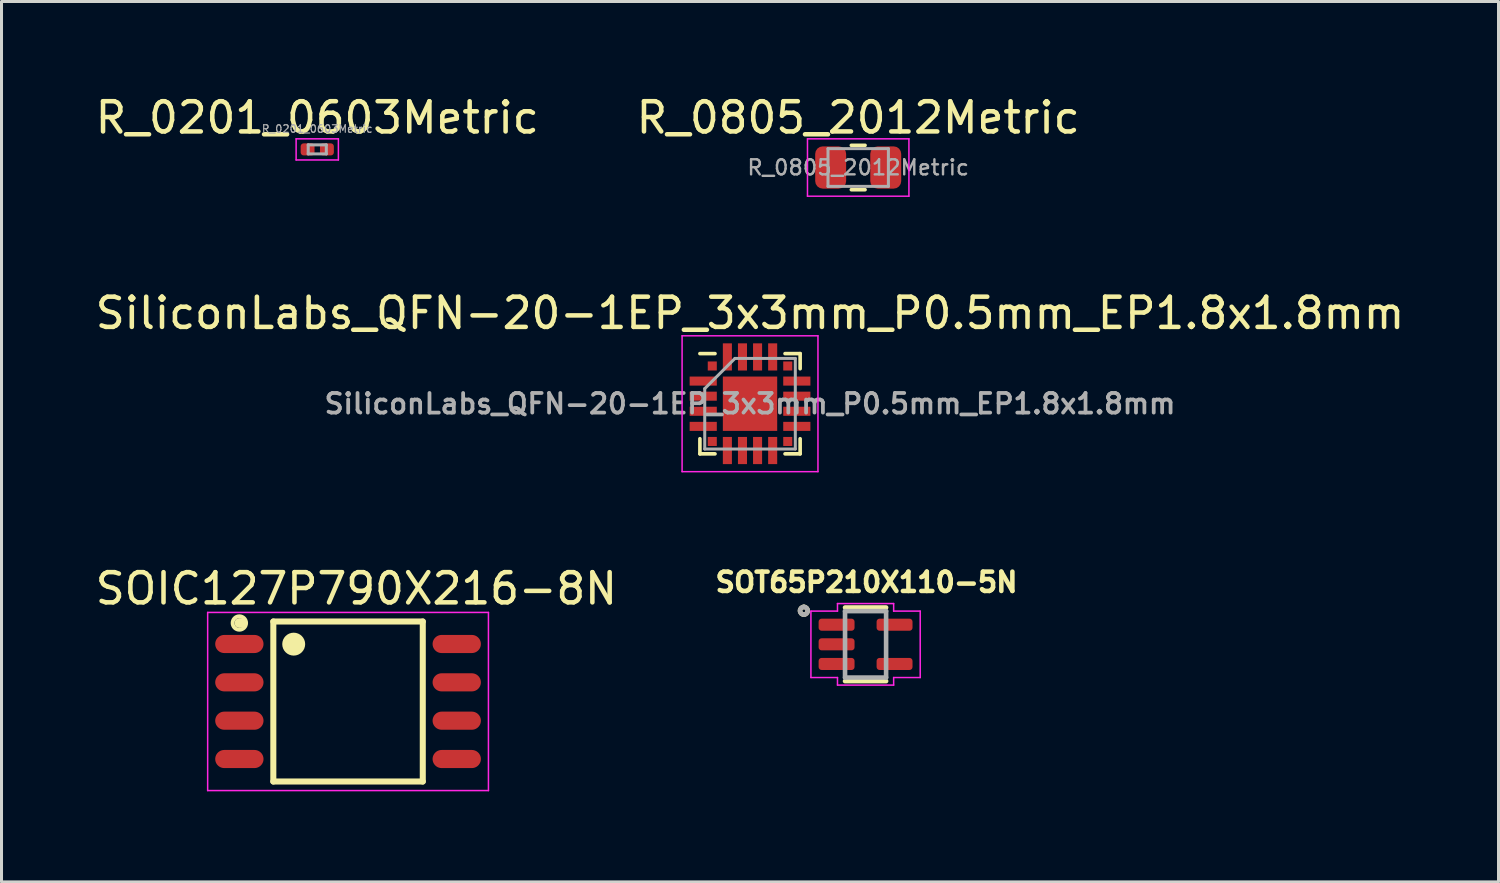
<source format=kicad_pcb>
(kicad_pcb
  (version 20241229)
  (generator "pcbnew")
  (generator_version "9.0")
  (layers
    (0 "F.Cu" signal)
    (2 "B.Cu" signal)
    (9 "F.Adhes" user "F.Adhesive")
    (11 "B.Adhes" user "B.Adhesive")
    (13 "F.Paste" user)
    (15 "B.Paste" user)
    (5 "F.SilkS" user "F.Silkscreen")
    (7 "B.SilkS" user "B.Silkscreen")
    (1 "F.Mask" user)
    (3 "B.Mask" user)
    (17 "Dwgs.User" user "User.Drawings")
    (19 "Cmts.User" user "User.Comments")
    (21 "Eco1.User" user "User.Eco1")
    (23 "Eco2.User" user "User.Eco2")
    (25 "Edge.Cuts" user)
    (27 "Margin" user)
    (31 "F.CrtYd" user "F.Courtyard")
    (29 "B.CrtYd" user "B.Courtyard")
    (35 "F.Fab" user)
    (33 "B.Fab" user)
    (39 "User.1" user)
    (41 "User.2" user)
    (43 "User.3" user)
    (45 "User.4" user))
  (footprint "R_0201_0603Metric"
    (layer "F.Cu")
    (at 7.458 1.898)
    (property "Reference" "R_0201_0603Metric" (at 0 -1.05 0) (layer "F.SilkS") (effects (font (size 1 1) (thickness 0.15))))
    (attr smd)
    (fp_line (start -0.7 -0.35) (end 0.7 -0.35) (stroke (width 0.05) (type solid)) (layer "F.CrtYd"))
    (fp_line (start -0.7 0.35) (end -0.7 -0.35) (stroke (width 0.05) (type solid)) (layer "F.CrtYd"))
    (fp_line (start 0.7 -0.35) (end 0.7 0.35) (stroke (width 0.05) (type solid)) (layer "F.CrtYd"))
    (fp_line (start 0.7 0.35) (end -0.7 0.35) (stroke (width 0.05) (type solid)) (layer "F.CrtYd"))
    (fp_line (start -0.3 -0.15) (end 0.3 -0.15) (stroke (width 0.1) (type solid)) (layer "F.Fab"))
    (fp_line (start -0.3 0.15) (end -0.3 -0.15) (stroke (width 0.1) (type solid)) (layer "F.Fab"))
    (fp_line (start 0.3 -0.15) (end 0.3 0.15) (stroke (width 0.1) (type solid)) (layer "F.Fab"))
    (fp_line (start 0.3 0.15) (end -0.3 0.15) (stroke (width 0.1) (type solid)) (layer "F.Fab"))
    (fp_text user "${REFERENCE}" (at 0 -0.68 0) (layer "F.Fab") (effects (font (size 0.25 0.25) (thickness 0.04))))
    (pad "" smd roundrect (at -0.345 0) (size 0.318 0.36) (layers "F.Paste") (roundrect_rratio 0.25))
    (pad "" smd roundrect (at 0.345 0) (size 0.318 0.36) (layers "F.Paste") (roundrect_rratio 0.25))
    (pad "1" smd roundrect (at -0.32 0) (size 0.46 0.4) (layers "F.Cu" "F.Mask") (roundrect_rratio 0.25))
    (pad "2" smd roundrect (at 0.32 0) (size 0.46 0.4) (layers "F.Cu" "F.Mask") (roundrect_rratio 0.25)))
  (footprint "R_0805_2012Metric"
    (layer "F.Cu")
    (at 25.375 2.498)
    (property "Reference" "R_0805_2012Metric" (at 0 -1.65 0) (layer "F.SilkS") (effects (font (size 1 1) (thickness 0.15))))
    (attr smd)
    (fp_line (start -0.227 -0.735) (end 0.227 -0.735) (stroke (width 0.12) (type solid)) (layer "F.SilkS"))
    (fp_line (start -0.227 0.735) (end 0.227 0.735) (stroke (width 0.12) (type solid)) (layer "F.SilkS"))
    (fp_line (start -1.68 -0.95) (end 1.68 -0.95) (stroke (width 0.05) (type solid)) (layer "F.CrtYd"))
    (fp_line (start -1.68 0.95) (end -1.68 -0.95) (stroke (width 0.05) (type solid)) (layer "F.CrtYd"))
    (fp_line (start 1.68 -0.95) (end 1.68 0.95) (stroke (width 0.05) (type solid)) (layer "F.CrtYd"))
    (fp_line (start 1.68 0.95) (end -1.68 0.95) (stroke (width 0.05) (type solid)) (layer "F.CrtYd"))
    (fp_line (start -1 -0.625) (end 1 -0.625) (stroke (width 0.1) (type solid)) (layer "F.Fab"))
    (fp_line (start -1 0.625) (end -1 -0.625) (stroke (width 0.1) (type solid)) (layer "F.Fab"))
    (fp_line (start 1 -0.625) (end 1 0.625) (stroke (width 0.1) (type solid)) (layer "F.Fab"))
    (fp_line (start 1 0.625) (end -1 0.625) (stroke (width 0.1) (type solid)) (layer "F.Fab"))
    (fp_text user "${REFERENCE}" (at 0 0 0) (layer "F.Fab") (effects (font (size 0.5 0.5) (thickness 0.08))))
    (pad "1" smd roundrect (at -0.912 0) (size 1.025 1.4) (layers "F.Cu" "F.Mask" "F.Paste") (roundrect_rratio 0.244))
    (pad "2" smd roundrect (at 0.912 0) (size 1.025 1.4) (layers "F.Cu" "F.Mask" "F.Paste") (roundrect_rratio 0.244)))
  (footprint "SOT65P210X110-5N"
    (layer "F.Cu")
    (at 25.619 18.291)
    (property "Reference" "SOT65P210X110-5N" (at 0.032 -2.056 0) (layer "F.SilkS") (effects (font (size 0.64 0.64) (thickness 0.15))))
    (attr smd)
    (fp_line (start -0.68 1.219) (end 0.68 1.219) (stroke (width 0.152) (type solid)) (layer "F.SilkS"))
    (fp_line (start 0.68 -1.219) (end -0.68 -1.219) (stroke (width 0.152) (type solid)) (layer "F.SilkS"))
    (fp_arc (start -2.0438 -1.2392) (mid -1.9168 -1.1122) (end -2.0438 -0.9852) (stroke (width 0.1524) (type solid)) (layer "F.SilkS"))
    (fp_arc (start -2.0438 -0.9852) (mid -2.1708 -1.1122) (end -2.0438 -1.2392) (stroke (width 0.1524) (type solid)) (layer "F.SilkS"))
    (fp_line (start -1.81 -1.1) (end -0.93 -1.1) (stroke (width 0.05) (type solid)) (layer "F.CrtYd"))
    (fp_line (start -1.81 1.1) (end -1.81 -1.1) (stroke (width 0.05) (type solid)) (layer "F.CrtYd"))
    (fp_line (start -0.93 -1.35) (end 0.93 -1.35) (stroke (width 0.05) (type solid)) (layer "F.CrtYd"))
    (fp_line (start -0.93 -1.1) (end -0.93 -1.35) (stroke (width 0.05) (type solid)) (layer "F.CrtYd"))
    (fp_line (start -0.93 1.1) (end -1.81 1.1) (stroke (width 0.05) (type solid)) (layer "F.CrtYd"))
    (fp_line (start -0.93 1.35) (end -0.93 1.1) (stroke (width 0.05) (type solid)) (layer "F.CrtYd"))
    (fp_line (start 0.93 -1.35) (end 0.93 -1.1) (stroke (width 0.05) (type solid)) (layer "F.CrtYd"))
    (fp_line (start 0.93 -1.1) (end 1.81 -1.1) (stroke (width 0.05) (type solid)) (layer "F.CrtYd"))
    (fp_line (start 0.93 1.1) (end 0.93 1.35) (stroke (width 0.05) (type solid)) (layer "F.CrtYd"))
    (fp_line (start 0.93 1.35) (end -0.93 1.35) (stroke (width 0.05) (type solid)) (layer "F.CrtYd"))
    (fp_line (start 1.81 -1.1) (end 1.81 1.1) (stroke (width 0.05) (type solid)) (layer "F.CrtYd"))
    (fp_line (start 1.81 1.1) (end 0.93 1.1) (stroke (width 0.05) (type solid)) (layer "F.CrtYd"))
    (fp_line (start -0.68 -1.1) (end -0.68 1.1) (stroke (width 0.152) (type solid)) (layer "F.Fab"))
    (fp_line (start -0.68 1.1) (end 0.68 1.1) (stroke (width 0.152) (type solid)) (layer "F.Fab"))
    (fp_line (start 0.68 -1.1) (end -0.68 -1.1) (stroke (width 0.152) (type solid)) (layer "F.Fab"))
    (fp_line (start 0.68 1.1) (end 0.68 -1.1) (stroke (width 0.152) (type solid)) (layer "F.Fab"))
    (fp_arc (start -2.0438 -1.2392) (mid -1.9168 -1.1122) (end -2.0438 -0.9852) (stroke (width 0.1524) (type solid)) (layer "F.Fab"))
    (fp_arc (start -2.0438 -0.9852) (mid -2.1708 -1.1122) (end -2.0438 -1.2392) (stroke (width 0.1524) (type solid)) (layer "F.Fab"))
    (pad "1" smd roundrect (at -0.96 -0.65) (size 1.19 0.4) (layers "F.Cu" "F.Mask" "F.Paste") (roundrect_rratio 0.25))
    (pad "2" smd roundrect (at -0.96 0) (size 1.19 0.4) (layers "F.Cu" "F.Mask" "F.Paste") (roundrect_rratio 0.25))
    (pad "3" smd roundrect (at -0.96 0.65) (size 1.19 0.4) (layers "F.Cu" "F.Mask" "F.Paste") (roundrect_rratio 0.25))
    (pad "4" smd roundrect (at 0.96 0.65) (size 1.19 0.4) (layers "F.Cu" "F.Mask" "F.Paste") (roundrect_rratio 0.25))
    (pad "5" smd roundrect (at 0.96 -0.65) (size 1.19 0.4) (layers "F.Cu" "F.Mask" "F.Paste") (roundrect_rratio 0.25)))
  (footprint "SiliconLabs_QFN-20-1EP_3x3mm_P0.5mm_EP1.8x1.8mm"
    (layer "F.Cu")
    (at 21.792 10.322)
    (property "Reference" "SiliconLabs_QFN-20-1EP_3x3mm_P0.5mm_EP1.8x1.8mm" (at 0 -3 0) (layer "F.SilkS") (effects (font (size 1 1) (thickness 0.15))))
    (attr smd)
    (fp_line (start -1.66 -1.66) (end -1.16 -1.66) (stroke (width 0.12) (type solid)) (layer "F.SilkS"))
    (fp_line (start -1.66 1.66) (end -1.66 1.16) (stroke (width 0.12) (type solid)) (layer "F.SilkS"))
    (fp_line (start -1.16 1.66) (end -1.66 1.66) (stroke (width 0.12) (type solid)) (layer "F.SilkS"))
    (fp_line (start 1.16 -1.66) (end 1.66 -1.66) (stroke (width 0.12) (type solid)) (layer "F.SilkS"))
    (fp_line (start 1.16 1.66) (end 1.66 1.66) (stroke (width 0.12) (type solid)) (layer "F.SilkS"))
    (fp_line (start 1.66 -1.66) (end 1.66 -1.16) (stroke (width 0.12) (type solid)) (layer "F.SilkS"))
    (fp_line (start 1.66 1.66) (end 1.66 1.16) (stroke (width 0.12) (type solid)) (layer "F.SilkS"))
    (fp_line (start -2.25 -2.25) (end -2.25 2.25) (stroke (width 0.05) (type solid)) (layer "F.CrtYd"))
    (fp_line (start -2.25 2.25) (end 2.25 2.25) (stroke (width 0.05) (type solid)) (layer "F.CrtYd"))
    (fp_line (start 2.25 -2.25) (end -2.25 -2.25) (stroke (width 0.05) (type solid)) (layer "F.CrtYd"))
    (fp_line (start 2.25 2.25) (end 2.25 -2.25) (stroke (width 0.05) (type solid)) (layer "F.CrtYd"))
    (fp_line (start -1.5 -0.5) (end -0.5 -1.5) (stroke (width 0.1) (type solid)) (layer "F.Fab"))
    (fp_line (start -1.5 1.5) (end -1.5 -0.5) (stroke (width 0.1) (type solid)) (layer "F.Fab"))
    (fp_line (start -0.5 -1.5) (end 1.5 -1.5) (stroke (width 0.1) (type solid)) (layer "F.Fab"))
    (fp_line (start 1.5 -1.5) (end 1.5 1.5) (stroke (width 0.1) (type solid)) (layer "F.Fab"))
    (fp_line (start 1.5 1.5) (end -1.5 1.5) (stroke (width 0.1) (type solid)) (layer "F.Fab"))
    (fp_text user "${REFERENCE}" (at 0 0 0) (layer "F.Fab") (effects (font (size 0.65 0.65) (thickness 0.125))))
    (pad "" smd rect (at -0.45 -0.45) (size 0.54 0.54) (layers "F.Paste"))
    (pad "" smd rect (at -0.45 0.45) (size 0.54 0.54) (layers "F.Paste"))
    (pad "" smd rect (at 0.45 -0.45) (size 0.54 0.54) (layers "F.Paste"))
    (pad "" smd rect (at 0.45 0.45) (size 0.54 0.54) (layers "F.Paste"))
    (pad "1" smd rect (at -1.25 -1.25) (size 0.3 0.3) (layers "F.Cu" "F.Mask" "F.Paste"))
    (pad "2" smd rect (at -1.55 -0.75) (size 0.9 0.3) (layers "F.Cu" "F.Mask" "F.Paste"))
    (pad "3" smd rect (at -1.55 -0.25) (size 0.9 0.3) (layers "F.Cu" "F.Mask" "F.Paste"))
    (pad "4" smd rect (at -1.55 0.25) (size 0.9 0.3) (layers "F.Cu" "F.Mask" "F.Paste"))
    (pad "5" smd rect (at -1.55 0.75) (size 0.9 0.3) (layers "F.Cu" "F.Mask" "F.Paste"))
    (pad "6" smd rect (at -1.25 1.25) (size 0.3 0.3) (layers "F.Cu" "F.Mask" "F.Paste"))
    (pad "7" smd rect (at -0.75 1.55 90) (size 0.9 0.3) (layers "F.Cu" "F.Mask" "F.Paste"))
    (pad "8" smd rect (at -0.25 1.55 90) (size 0.9 0.3) (layers "F.Cu" "F.Mask" "F.Paste"))
    (pad "9" smd rect (at 0.25 1.55 90) (size 0.9 0.3) (layers "F.Cu" "F.Mask" "F.Paste"))
    (pad "10" smd rect (at 0.75 1.55 90) (size 0.9 0.3) (layers "F.Cu" "F.Mask" "F.Paste"))
    (pad "11" smd rect (at 1.25 1.25) (size 0.3 0.3) (layers "F.Cu" "F.Mask" "F.Paste"))
    (pad "12" smd rect (at 1.55 0.75) (size 0.9 0.3) (layers "F.Cu" "F.Mask" "F.Paste"))
    (pad "13" smd rect (at 1.55 0.25) (size 0.9 0.3) (layers "F.Cu" "F.Mask" "F.Paste"))
    (pad "14" smd rect (at 1.55 -0.25) (size 0.9 0.3) (layers "F.Cu" "F.Mask" "F.Paste"))
    (pad "15" smd rect (at 1.55 -0.75) (size 0.9 0.3) (layers "F.Cu" "F.Mask" "F.Paste"))
    (pad "16" smd rect (at 1.25 -1.25) (size 0.3 0.3) (layers "F.Cu" "F.Mask" "F.Paste"))
    (pad "17" smd rect (at 0.75 -1.55 90) (size 0.9 0.3) (layers "F.Cu" "F.Mask" "F.Paste"))
    (pad "18" smd rect (at 0.25 -1.55 90) (size 0.9 0.3) (layers "F.Cu" "F.Mask" "F.Paste"))
    (pad "19" smd rect (at -0.25 -1.55 90) (size 0.9 0.3) (layers "F.Cu" "F.Mask" "F.Paste"))
    (pad "20" smd rect (at -0.75 -1.55 90) (size 0.9 0.3) (layers "F.Cu" "F.Mask" "F.Paste"))
    (pad "21" smd rect (at 0 0) (size 1.8 1.8) (layers "F.Cu" "F.Mask")))
  (footprint "SOIC127P790X216-8N"
    (layer "F.Cu")
    (at 8.478 20.185)
    (property "Reference" "SOIC127P790X216-8N" (at 0.275 -3.739 0) (layer "F.SilkS") (effects (font (size 1.001 1.001) (thickness 0.15))))
    (attr smd)
    (fp_line (start -2.475 -2.65) (end 2.475 -2.65) (stroke (width 0.2) (type solid)) (layer "F.SilkS"))
    (fp_line (start -2.475 2.65) (end -2.475 -2.65) (stroke (width 0.2) (type solid)) (layer "F.SilkS"))
    (fp_line (start 2.475 -2.65) (end 2.475 2.65) (stroke (width 0.2) (type solid)) (layer "F.SilkS"))
    (fp_line (start 2.475 2.65) (end -2.475 2.65) (stroke (width 0.2) (type solid)) (layer "F.SilkS"))
    (fp_circle (center -3.6 -2.6) (end -3.5 -2.6) (stroke (width 0.127) (type solid)) (fill no) (layer "F.SilkS"))
    (fp_circle (center -3.6 -2.6) (end -3.376 -2.6) (stroke (width 0.127) (type solid)) (fill no) (layer "F.SilkS"))
    (fp_circle (center -3.5 -2.6) (end -3.4 -2.6) (stroke (width 0.127) (type solid)) (fill no) (layer "F.SilkS"))
    (fp_circle (center -1.8 -1.9) (end -1.7 -1.9) (stroke (width 0.127) (type solid)) (fill no) (layer "F.SilkS"))
    (fp_circle (center -1.8 -1.9) (end -1.659 -1.9) (stroke (width 0.127) (type solid)) (fill no) (layer "F.SilkS"))
    (fp_circle (center -1.8 -1.9) (end -1.576 -1.9) (stroke (width 0.127) (type solid)) (fill no) (layer "F.SilkS"))
    (fp_circle (center -1.8 -1.9) (end -1.484 -1.9) (stroke (width 0.127) (type solid)) (fill no) (layer "F.SilkS"))
    (fp_circle (center -1.8 -1.8) (end -1.7 -1.8) (stroke (width 0.127) (type solid)) (fill no) (layer "F.SilkS"))
    (fp_line (start -4.65 -2.95) (end 4.65 -2.95) (stroke (width 0.05) (type solid)) (layer "F.CrtYd"))
    (fp_line (start -4.65 2.95) (end -4.65 -2.95) (stroke (width 0.05) (type solid)) (layer "F.CrtYd"))
    (fp_line (start 4.65 -2.95) (end 4.65 2.95) (stroke (width 0.05) (type solid)) (layer "F.CrtYd"))
    (fp_line (start 4.65 2.95) (end -4.65 2.95) (stroke (width 0.05) (type solid)) (layer "F.CrtYd"))
    (pad "1" smd oval (at -3.6 -1.905) (size 1.6 0.6) (layers "F.Cu" "F.Mask" "F.Paste"))
    (pad "2" smd oval (at -3.6 -0.635) (size 1.6 0.6) (layers "F.Cu" "F.Mask" "F.Paste"))
    (pad "3" smd oval (at -3.6 0.635) (size 1.6 0.6) (layers "F.Cu" "F.Mask" "F.Paste"))
    (pad "4" smd oval (at -3.6 1.905) (size 1.6 0.6) (layers "F.Cu" "F.Mask" "F.Paste"))
    (pad "5" smd oval (at 3.6 1.905) (size 1.6 0.6) (layers "F.Cu" "F.Mask" "F.Paste"))
    (pad "6" smd oval (at 3.6 0.635) (size 1.6 0.6) (layers "F.Cu" "F.Mask" "F.Paste"))
    (pad "7" smd oval (at 3.6 -0.635) (size 1.6 0.6) (layers "F.Cu" "F.Mask" "F.Paste"))
    (pad "8" smd oval (at 3.6 -1.905) (size 1.6 0.6) (layers "F.Cu" "F.Mask" "F.Paste")))
  (gr_rect
    (start -3 -3)
    (end 46.583 26.16)
    (stroke (width 0.1) (type default))
    (fill no)
    (layer "Edge.Cuts")))
</source>
